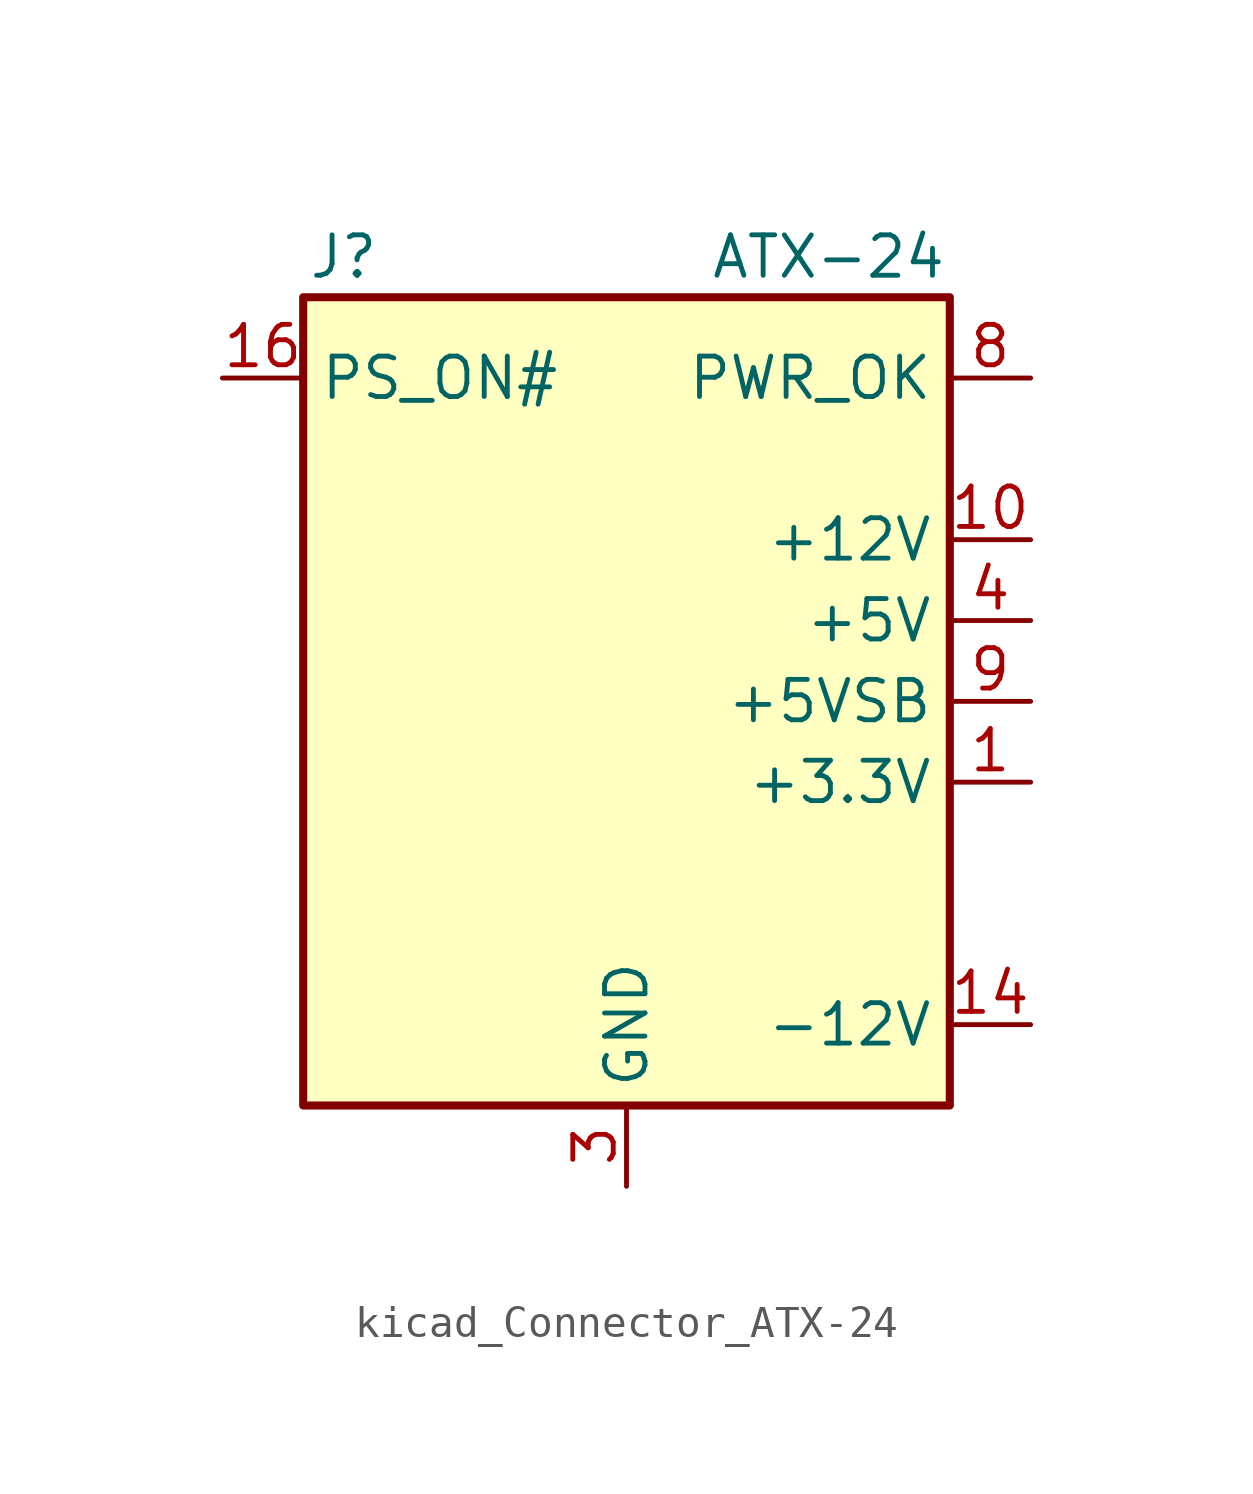
<source format=kicad_sym>
(kicad_symbol_lib
  (version 20220914)
  (generator kicad_symbol_editor)
  (symbol "kicad_Connector_ATX-24"
    (property "Reference" "J"
      (at -8.89 13.97 0)
      (effects (font (size 1.27 1.27))))
    (property "Value" "ATX-24"
      (at 6.35 13.97 0)
      (effects (font (size 1.27 1.27))))
    (symbol "kicad_Connector_ATX-24_0_1"
      (rectangle (start -10.16 12.7) (end 10.16 -12.7) (stroke (width 0.254) (type default)) (fill (type background))))
    (symbol "kicad_Connector_ATX-24_1_1"
      (pin power_out line (at 12.7 -2.54 180) (length 2.54) (name "+3.3V" (effects (font (size 1.27 1.27)))) (number "1" (effects (font (size 1.27 1.27)))))
      (pin power_out line (at 12.7 5.08 180) (length 2.54) (name "+12V" (effects (font (size 1.27 1.27)))) (number "10" (effects (font (size 1.27 1.27)))))
      (pin passive line (at 12.7 5.08 180) (length 2.54) hide (name "+12V" (effects (font (size 1.27 1.27)))) (number "11" (effects (font (size 1.27 1.27)))))
      (pin passive line (at 12.7 -2.54 180) (length 2.54) hide (name "+3.3V" (effects (font (size 1.27 1.27)))) (number "12" (effects (font (size 1.27 1.27)))))
      (pin passive line (at 12.7 -2.54 180) (length 2.54) hide (name "+3.3V" (effects (font (size 1.27 1.27)))) (number "13" (effects (font (size 1.27 1.27)))))
      (pin power_out line (at 12.7 -10.16 180) (length 2.54) (name "-12V" (effects (font (size 1.27 1.27)))) (number "14" (effects (font (size 1.27 1.27)))))
      (pin passive line (at 0 -15.24 90) (length 2.54) hide (name "GND" (effects (font (size 1.27 1.27)))) (number "15" (effects (font (size 1.27 1.27)))))
      (pin open_collector line (at -12.7 10.16 0) (length 2.54) (name "PS_ON#" (effects (font (size 1.27 1.27)))) (number "16" (effects (font (size 1.27 1.27)))))
      (pin passive line (at 0 -15.24 90) (length 2.54) hide (name "GND" (effects (font (size 1.27 1.27)))) (number "17" (effects (font (size 1.27 1.27)))))
      (pin passive line (at 0 -15.24 90) (length 2.54) hide (name "GND" (effects (font (size 1.27 1.27)))) (number "18" (effects (font (size 1.27 1.27)))))
      (pin passive line (at 0 -15.24 90) (length 2.54) hide (name "GND" (effects (font (size 1.27 1.27)))) (number "19" (effects (font (size 1.27 1.27)))))
      (pin passive line (at 12.7 -2.54 180) (length 2.54) hide (name "+3.3V" (effects (font (size 1.27 1.27)))) (number "2" (effects (font (size 1.27 1.27)))))
      (pin no_connect line (at -10.16 0 0) (length 2.54) hide (name "NC" (effects (font (size 1.27 1.27)))) (number "20" (effects (font (size 1.27 1.27)))))
      (pin passive line (at 12.7 2.54 180) (length 2.54) hide (name "+5V" (effects (font (size 1.27 1.27)))) (number "21" (effects (font (size 1.27 1.27)))))
      (pin passive line (at 12.7 2.54 180) (length 2.54) hide (name "+5V" (effects (font (size 1.27 1.27)))) (number "22" (effects (font (size 1.27 1.27)))))
      (pin passive line (at 12.7 2.54 180) (length 2.54) hide (name "+5V" (effects (font (size 1.27 1.27)))) (number "23" (effects (font (size 1.27 1.27)))))
      (pin passive line (at 0 -15.24 90) (length 2.54) hide (name "GND" (effects (font (size 1.27 1.27)))) (number "24" (effects (font (size 1.27 1.27)))))
      (pin power_out line (at 0 -15.24 90) (length 2.54) (name "GND" (effects (font (size 1.27 1.27)))) (number "3" (effects (font (size 1.27 1.27)))))
      (pin power_out line (at 12.7 2.54 180) (length 2.54) (name "+5V" (effects (font (size 1.27 1.27)))) (number "4" (effects (font (size 1.27 1.27)))))
      (pin passive line (at 0 -15.24 90) (length 2.54) hide (name "GND" (effects (font (size 1.27 1.27)))) (number "5" (effects (font (size 1.27 1.27)))))
      (pin passive line (at 12.7 2.54 180) (length 2.54) hide (name "+5V" (effects (font (size 1.27 1.27)))) (number "6" (effects (font (size 1.27 1.27)))))
      (pin passive line (at 0 -15.24 90) (length 2.54) hide (name "GND" (effects (font (size 1.27 1.27)))) (number "7" (effects (font (size 1.27 1.27)))))
      (pin output line (at 12.7 10.16 180) (length 2.54) (name "PWR_OK" (effects (font (size 1.27 1.27)))) (number "8" (effects (font (size 1.27 1.27)))))
      (pin power_out line (at 12.7 0 180) (length 2.54) (name "+5VSB" (effects (font (size 1.27 1.27)))) (number "9" (effects (font (size 1.27 1.27))))))))
</source>
